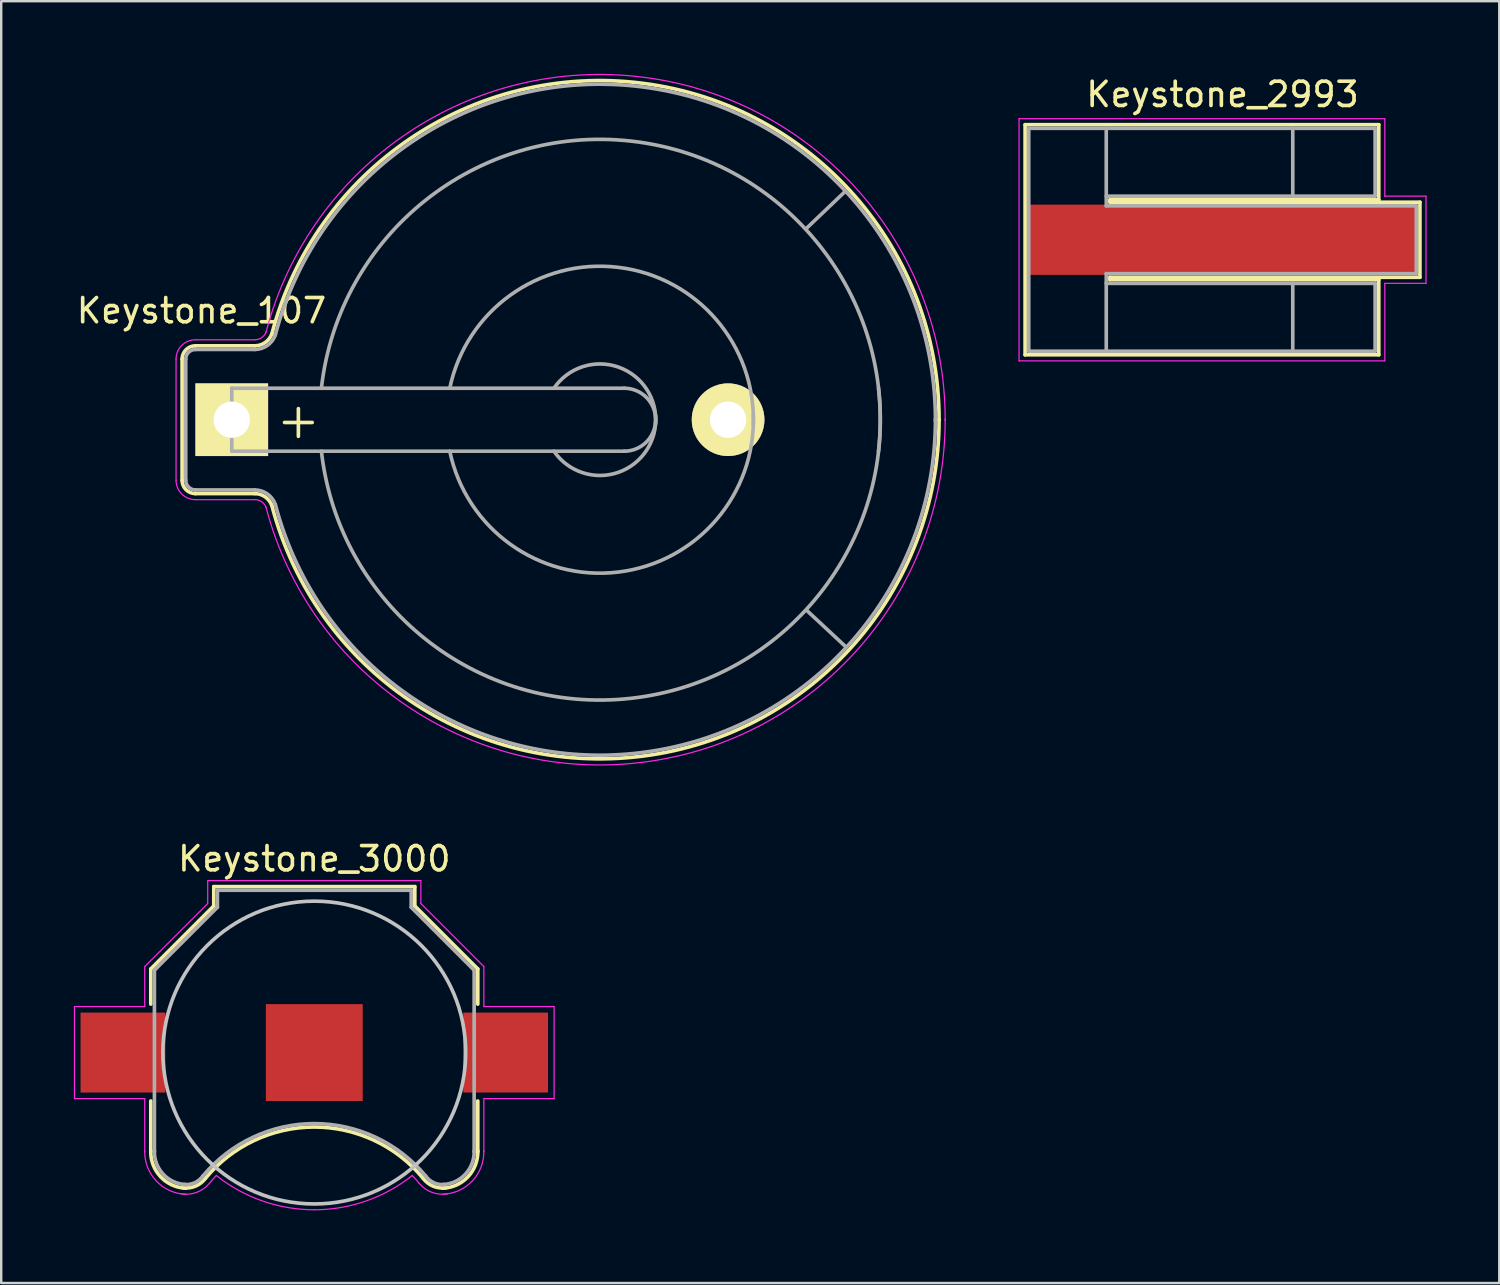
<source format=kicad_pcb>
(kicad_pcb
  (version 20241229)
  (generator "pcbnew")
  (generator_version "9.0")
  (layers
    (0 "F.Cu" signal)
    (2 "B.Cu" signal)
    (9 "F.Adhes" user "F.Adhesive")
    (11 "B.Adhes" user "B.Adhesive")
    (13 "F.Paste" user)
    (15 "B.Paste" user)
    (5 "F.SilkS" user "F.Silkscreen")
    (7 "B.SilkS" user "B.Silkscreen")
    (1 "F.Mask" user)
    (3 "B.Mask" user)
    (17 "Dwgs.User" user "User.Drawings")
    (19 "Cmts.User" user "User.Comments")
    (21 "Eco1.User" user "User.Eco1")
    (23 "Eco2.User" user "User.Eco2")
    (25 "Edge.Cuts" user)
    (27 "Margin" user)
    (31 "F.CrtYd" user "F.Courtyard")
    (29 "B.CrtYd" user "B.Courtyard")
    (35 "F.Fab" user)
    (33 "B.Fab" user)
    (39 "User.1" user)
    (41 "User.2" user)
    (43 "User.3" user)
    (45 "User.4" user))
  (footprint "Keystone_3000"
    (layer "F.Cu")
    (at 9.925 40.403)
    (property "Reference" "Keystone_3000" (at 0 -8 0) (layer "F.SilkS") (effects (font (size 1 1) (thickness 0.15))))
    (attr smd)
    (fp_line (start -6.75 -3.45) (end -4.15 -6.05) (stroke (width 0.15) (type solid)) (layer "F.SilkS"))
    (fp_line (start -6.75 -2) (end -6.75 -3.45) (stroke (width 0.15) (type solid)) (layer "F.SilkS"))
    (fp_line (start -6.75 2) (end -6.75 4.1) (stroke (width 0.15) (type solid)) (layer "F.SilkS"))
    (fp_line (start -4.15 -6.85) (end 4.15 -6.85) (stroke (width 0.15) (type solid)) (layer "F.SilkS"))
    (fp_line (start -4.15 -6.05) (end -4.15 -6.85) (stroke (width 0.15) (type solid)) (layer "F.SilkS"))
    (fp_line (start 4.15 -6.85) (end 4.15 -6.05) (stroke (width 0.15) (type solid)) (layer "F.SilkS"))
    (fp_line (start 4.15 -6.05) (end 6.75 -3.45) (stroke (width 0.15) (type solid)) (layer "F.SilkS"))
    (fp_line (start 6.75 -3.45) (end 6.75 -2) (stroke (width 0.15) (type solid)) (layer "F.SilkS"))
    (fp_line (start 6.75 2) (end 6.75 4.1) (stroke (width 0.15) (type solid)) (layer "F.SilkS"))
    (fp_arc (start -5.3 5.6) (mid -6.346016 5.125305) (end -6.75 4.05) (stroke (width 0.15) (type solid)) (layer "F.SilkS"))
    (fp_arc (start -4.5 5.2) (mid -4.90584 5.514615) (end -5.414615 5.58416) (stroke (width 0.15) (type solid)) (layer "F.SilkS"))
    (fp_arc (start -4.5 5.2) (mid -0.007341 3.0742) (end 4.490661 5.188671) (stroke (width 0.15) (type solid)) (layer "F.SilkS"))
    (fp_arc (start 5.414615 5.58416) (mid 4.90584 5.514615) (end 4.5 5.2) (stroke (width 0.15) (type solid)) (layer "F.SilkS"))
    (fp_arc (start 6.75 4.05) (mid 6.346016 5.125305) (end 5.3 5.6) (stroke (width 0.15) (type solid)) (layer "F.SilkS"))
    (fp_circle (center 0 0) (end 0 6.25) (stroke (width 0.15) (type solid)) (fill no) (layer "Dwgs.User"))
    (fp_line (start -9.9 -1.9) (end -9.9 1.9) (stroke (width 0.05) (type solid)) (layer "F.CrtYd"))
    (fp_line (start -9.9 1.9) (end -7 1.9) (stroke (width 0.05) (type solid)) (layer "F.CrtYd"))
    (fp_line (start -7 -3.55) (end -4.4 -6.15) (stroke (width 0.05) (type solid)) (layer "F.CrtYd"))
    (fp_line (start -7 -1.9) (end -9.9 -1.9) (stroke (width 0.05) (type solid)) (layer "F.CrtYd"))
    (fp_line (start -7 -1.9) (end -7 -3.55) (stroke (width 0.05) (type solid)) (layer "F.CrtYd"))
    (fp_line (start -7 1.9) (end -7 4.1) (stroke (width 0.05) (type solid)) (layer "F.CrtYd"))
    (fp_line (start -4.4 -7.1) (end 4.4 -7.1) (stroke (width 0.05) (type solid)) (layer "F.CrtYd"))
    (fp_line (start -4.4 -6.15) (end -4.4 -7.1) (stroke (width 0.05) (type solid)) (layer "F.CrtYd"))
    (fp_line (start 4.4 -6.15) (end 4.4 -7.1) (stroke (width 0.05) (type solid)) (layer "F.CrtYd"))
    (fp_line (start 7 -3.55) (end 4.4 -6.15) (stroke (width 0.05) (type solid)) (layer "F.CrtYd"))
    (fp_line (start 7 -1.9) (end 7 -3.55) (stroke (width 0.05) (type solid)) (layer "F.CrtYd"))
    (fp_line (start 7 -1.9) (end 9.9 -1.9) (stroke (width 0.05) (type solid)) (layer "F.CrtYd"))
    (fp_line (start 7 1.9) (end 7 4.1) (stroke (width 0.05) (type solid)) (layer "F.CrtYd"))
    (fp_line (start 9.9 -1.9) (end 9.9 1.9) (stroke (width 0.05) (type solid)) (layer "F.CrtYd"))
    (fp_line (start 9.9 1.9) (end 7 1.9) (stroke (width 0.05) (type solid)) (layer "F.CrtYd"))
    (fp_arc (start -5.3 5.85) (mid -6.522792 5.302082) (end -7 4.05) (stroke (width 0.05) (type solid)) (layer "F.CrtYd"))
    (fp_arc (start -4.33 5.4) (mid -4.858615 5.77282) (end -5.50282 5.831384) (stroke (width 0.05) (type solid)) (layer "F.CrtYd"))
    (fp_arc (start -4.33 5.4) (mid -4.189252 5.232703) (end -4.042045 5.071061) (stroke (width 0.05) (type solid)) (layer "F.CrtYd"))
    (fp_arc (start 0.000637 6.490609) (mid -2.139291 6.127923) (end -4.04 5.08) (stroke (width 0.05) (type solid)) (layer "F.CrtYd"))
    (fp_arc (start 4.04 5.08) (mid 2.139291 6.127922) (end -0.000637 6.490609) (stroke (width 0.05) (type solid)) (layer "F.CrtYd"))
    (fp_arc (start 4.042045 5.071061) (mid 4.189252 5.232703) (end 4.33 5.4) (stroke (width 0.05) (type solid)) (layer "F.CrtYd"))
    (fp_arc (start 5.50282 5.831384) (mid 4.858616 5.77282) (end 4.33 5.4) (stroke (width 0.05) (type solid)) (layer "F.CrtYd"))
    (fp_arc (start 7 4.05) (mid 6.522792 5.302082) (end 5.3 5.85) (stroke (width 0.05) (type solid)) (layer "F.CrtYd"))
    (fp_line (start -6.6 -3.4) (end -6.6 4.1) (stroke (width 0.15) (type solid)) (layer "F.Fab"))
    (fp_line (start -4 -6.7) (end -4 -6) (stroke (width 0.15) (type solid)) (layer "F.Fab"))
    (fp_line (start -4 -6.7) (end 4 -6.7) (stroke (width 0.15) (type solid)) (layer "F.Fab"))
    (fp_line (start -4 -6) (end -6.6 -3.4) (stroke (width 0.15) (type solid)) (layer "F.Fab"))
    (fp_line (start 4 -6.7) (end 4 -6) (stroke (width 0.15) (type solid)) (layer "F.Fab"))
    (fp_line (start 4 -6) (end 6.6 -3.4) (stroke (width 0.15) (type solid)) (layer "F.Fab"))
    (fp_line (start 6.6 -3.4) (end 6.6 4.1) (stroke (width 0.15) (type solid)) (layer "F.Fab"))
    (fp_arc (start -5.3 5.45) (mid -6.239949 5.019239) (end -6.6 4.05) (stroke (width 0.15) (type solid)) (layer "F.Fab"))
    (fp_arc (start -4.6 5.1) (mid -4.942443 5.378013) (end -5.378013 5.447558) (stroke (width 0.15) (type solid)) (layer "F.Fab"))
    (fp_arc (start -4.6 5.1) (mid 0.006214 2.93343) (end 4.607905 5.109589) (stroke (width 0.15) (type solid)) (layer "F.Fab"))
    (fp_arc (start 5.378013 5.447558) (mid 4.942442 5.378013) (end 4.6 5.1) (stroke (width 0.15) (type solid)) (layer "F.Fab"))
    (fp_arc (start 6.6 4.05) (mid 6.239949 5.019239) (end 5.3 5.45) (stroke (width 0.15) (type solid)) (layer "F.Fab"))
    (pad "1" smd rect (at -7.9 0) (size 3.5 3.3) (layers "F.Cu" "F.Mask" "F.Paste"))
    (pad "1" smd rect (at 7.9 0) (size 3.5 3.3) (layers "F.Cu" "F.Mask" "F.Paste"))
    (pad "2" smd rect (at 0 0) (size 4 4) (layers "F.Cu" "F.Mask" "F.Paste")))
  (footprint "Keystone_107"
    (layer "F.Cu")
    (at 6.518 14.277)
    (property "Reference" "Keystone_107" (at -1.25 -4.5 0) (layer "F.SilkS") (effects (font (size 1 1) (thickness 0.15))))
    (attr through_hole)
    (fp_line (start -2.05 -2.5) (end -2.05 2.5) (stroke (width 0.15) (type solid)) (layer "F.SilkS"))
    (fp_line (start -1.5 3.05) (end 0.95 3.05) (stroke (width 0.15) (type solid)) (layer "F.SilkS"))
    (fp_line (start 0.95 -3.05) (end -1.5 -3.05) (stroke (width 0.15) (type solid)) (layer "F.SilkS"))
    (fp_arc (start -2.05 -2.5) (mid -1.888909 -2.888909) (end -1.5 -3.05) (stroke (width 0.15) (type solid)) (layer "F.SilkS"))
    (fp_arc (start -1.5 3.05) (mid -1.888909 2.888909) (end -2.05 2.5) (stroke (width 0.15) (type solid)) (layer "F.SilkS"))
    (fp_arc (start 0.95 3.05) (mid 1.380182 3.185636) (end 1.654769 3.543485) (stroke (width 0.15) (type solid)) (layer "F.SilkS"))
    (fp_arc (start 1.65 -3.52) (mid 16.981862 -13.885887) (end 29.199738 0.015231) (stroke (width 0.15) (type solid)) (layer "F.SilkS"))
    (fp_arc (start 1.654769 -3.543485) (mid 1.380182 -3.185636) (end 0.95 -3.05) (stroke (width 0.15) (type solid)) (layer "F.SilkS"))
    (fp_arc (start 29.199738 -0.015231) (mid 16.981862 13.885887) (end 1.65 3.52) (stroke (width 0.15) (type solid)) (layer "F.SilkS"))
    (fp_line (start -2.3 -2.5) (end -2.3 2.5) (stroke (width 0.05) (type solid)) (layer "F.CrtYd"))
    (fp_line (start -1.5 3.3) (end 0.95 3.3) (stroke (width 0.05) (type solid)) (layer "F.CrtYd"))
    (fp_line (start 0.95 -3.3) (end -1.5 -3.3) (stroke (width 0.05) (type solid)) (layer "F.CrtYd"))
    (fp_arc (start -2.3 -2.5) (mid -2.065685 -3.065685) (end -1.5 -3.3) (stroke (width 0.05) (type solid)) (layer "F.CrtYd"))
    (fp_arc (start -1.5 3.3) (mid -2.065685 3.065685) (end -2.3 2.5) (stroke (width 0.05) (type solid)) (layer "F.CrtYd"))
    (fp_arc (start 0.95 3.3) (mid 1.236788 3.390424) (end 1.419846 3.62899) (stroke (width 0.05) (type solid)) (layer "F.CrtYd"))
    (fp_arc (start 1.41 -3.6) (mid 17.030934 -14.134065) (end 29.452124 0.032591) (stroke (width 0.05) (type solid)) (layer "F.CrtYd"))
    (fp_arc (start 1.419846 -3.62899) (mid 1.236788 -3.390424) (end 0.95 -3.3) (stroke (width 0.05) (type solid)) (layer "F.CrtYd"))
    (fp_arc (start 29.452124 -0.032591) (mid 17.030934 14.134065) (end 1.41 3.6) (stroke (width 0.05) (type solid)) (layer "F.CrtYd"))
    (fp_line (start -1.9 -2.5) (end -1.9 2.5) (stroke (width 0.15) (type solid)) (layer "F.Fab"))
    (fp_line (start -1.5 2.9) (end 0.95 2.9) (stroke (width 0.15) (type solid)) (layer "F.Fab"))
    (fp_line (start 0 -1.3) (end 0 1.3) (stroke (width 0.15) (type solid)) (layer "F.Fab"))
    (fp_line (start 0 1.3) (end 16.2 1.3) (stroke (width 0.15) (type solid)) (layer "F.Fab"))
    (fp_line (start 0.95 -2.9) (end -1.5 -2.9) (stroke (width 0.15) (type solid)) (layer "F.Fab"))
    (fp_line (start 16.2 -1.3) (end 0 -1.3) (stroke (width 0.15) (type solid)) (layer "F.Fab"))
    (fp_line (start 23.711 -7.887) (end 25.339 -9.439) (stroke (width 0.15) (type solid)) (layer "F.Fab"))
    (fp_line (start 23.724 7.861) (end 25.367 9.391) (stroke (width 0.15) (type solid)) (layer "F.Fab"))
    (fp_arc (start -1.9 -2.5) (mid -1.782843 -2.782843) (end -1.5 -2.9) (stroke (width 0.15) (type solid)) (layer "F.Fab"))
    (fp_arc (start -1.5 2.9) (mid -1.782843 2.782843) (end -1.9 2.5) (stroke (width 0.15) (type solid)) (layer "F.Fab"))
    (fp_arc (start 0.95 2.9) (mid 1.466219 3.062763) (end 1.795723 3.492182) (stroke (width 0.15) (type solid)) (layer "F.Fab"))
    (fp_arc (start 1.795723 -3.492182) (mid 1.466219 -3.062763) (end 0.95 -2.9) (stroke (width 0.15) (type solid)) (layer "F.Fab"))
    (fp_arc (start 1.8 -3.5) (mid 16.980951 -13.734563) (end 29.049508 0.033425) (stroke (width 0.15) (type solid)) (layer "F.Fab"))
    (fp_arc (start 3.7 -1.3) (mid 16.5 -11.5) (end 26.7 1.3) (stroke (width 0.15) (type solid)) (layer "F.Fab"))
    (fp_arc (start 9 -1.3) (mid 15.954687 -6.28971) (end 21.531551 0.203631) (stroke (width 0.15) (type solid)) (layer "F.Fab"))
    (fp_arc (start 13.3 -1.3) (mid 15.963947 -2.171724) (end 17.495448 0.175833) (stroke (width 0.15) (type solid)) (layer "F.Fab"))
    (fp_arc (start 16.2 -1.3) (mid 17.5 0) (end 16.2 1.3) (stroke (width 0.15) (type solid)) (layer "F.Fab"))
    (fp_arc (start 17.495448 -0.175833) (mid 15.963947 2.171724) (end 13.3 1.3) (stroke (width 0.15) (type solid)) (layer "F.Fab"))
    (fp_arc (start 21.531551 -0.203631) (mid 15.954687 6.28971) (end 9 1.3) (stroke (width 0.15) (type solid)) (layer "F.Fab"))
    (fp_arc (start 26.7 -1.3) (mid 16.5 11.5) (end 3.7 1.3) (stroke (width 0.15) (type solid)) (layer "F.Fab"))
    (fp_arc (start 29.049508 -0.033425) (mid 16.980951 13.734562) (end 1.8 3.5) (stroke (width 0.15) (type solid)) (layer "F.Fab"))
    (fp_text user "+" (at 2.75 0 0) (layer "F.SilkS") (effects (font (size 1.5 1.5) (thickness 0.15))))
    (pad "1" thru_hole rect (at 0 0) (size 3 3) (drill 1.5) (layers "*.Cu" "*.Mask" "F.SilkS"))
    (pad "2" thru_hole circle (at 20.49 0) (size 3 3) (drill 1.5) (layers "*.Cu" "*.Mask" "F.SilkS")))
  (footprint "Keystone_2993"
    (layer "F.Cu")
    (at 47.42 6.848)
    (property "Reference" "Keystone_2993" (at 0 -6 0) (layer "F.SilkS") (effects (font (size 1 1) (thickness 0.15))))
    (attr smd)
    (fp_line (start -8.15 -4.75) (end -8.15 4.75) (stroke (width 0.15) (type solid)) (layer "F.SilkS"))
    (fp_line (start -8.15 -4.75) (end 6.45 -4.75) (stroke (width 0.15) (type solid)) (layer "F.SilkS"))
    (fp_line (start -8.15 4.75) (end 6.45 4.75) (stroke (width 0.15) (type solid)) (layer "F.SilkS"))
    (fp_line (start -4.65 -1.65) (end -4.65 -1.55) (stroke (width 0.15) (type solid)) (layer "F.SilkS"))
    (fp_line (start -4.65 -1.55) (end 8.15 -1.55) (stroke (width 0.15) (type solid)) (layer "F.SilkS"))
    (fp_line (start -4.65 1.55) (end 8.15 1.55) (stroke (width 0.15) (type solid)) (layer "F.SilkS"))
    (fp_line (start -4.65 1.65) (end -4.65 1.55) (stroke (width 0.15) (type solid)) (layer "F.SilkS"))
    (fp_line (start 6.45 -4.75) (end 6.45 -1.65) (stroke (width 0.15) (type solid)) (layer "F.SilkS"))
    (fp_line (start 6.45 -1.65) (end -4.65 -1.65) (stroke (width 0.15) (type solid)) (layer "F.SilkS"))
    (fp_line (start 6.45 1.65) (end -4.65 1.65) (stroke (width 0.15) (type solid)) (layer "F.SilkS"))
    (fp_line (start 6.45 4.75) (end 6.45 1.65) (stroke (width 0.15) (type solid)) (layer "F.SilkS"))
    (fp_line (start 8.15 -1.55) (end 8.15 1.55) (stroke (width 0.15) (type solid)) (layer "F.SilkS"))
    (fp_line (start -8.4 -5) (end -8.4 5) (stroke (width 0.05) (type solid)) (layer "F.CrtYd"))
    (fp_line (start -8.4 -5) (end 6.7 -5) (stroke (width 0.05) (type solid)) (layer "F.CrtYd"))
    (fp_line (start -8.4 5) (end 6.7 5) (stroke (width 0.05) (type solid)) (layer "F.CrtYd"))
    (fp_line (start 6.7 -5) (end 6.7 -1.8) (stroke (width 0.05) (type solid)) (layer "F.CrtYd"))
    (fp_line (start 6.7 -1.8) (end 8.4 -1.8) (stroke (width 0.05) (type solid)) (layer "F.CrtYd"))
    (fp_line (start 6.7 1.8) (end 8.4 1.8) (stroke (width 0.05) (type solid)) (layer "F.CrtYd"))
    (fp_line (start 6.7 5) (end 6.7 1.8) (stroke (width 0.05) (type solid)) (layer "F.CrtYd"))
    (fp_line (start 8.4 -1.8) (end 8.4 1.8) (stroke (width 0.05) (type solid)) (layer "F.CrtYd"))
    (fp_line (start -8 -4.6) (end -8 4.6) (stroke (width 0.15) (type solid)) (layer "F.Fab"))
    (fp_line (start -8 -4.6) (end 6.3 -4.6) (stroke (width 0.15) (type solid)) (layer "F.Fab"))
    (fp_line (start -4.8 -1.4) (end -4.8 -4.6) (stroke (width 0.15) (type solid)) (layer "F.Fab"))
    (fp_line (start -4.8 -1.4) (end 8 -1.4) (stroke (width 0.15) (type solid)) (layer "F.Fab"))
    (fp_line (start -4.8 1.4) (end -4.8 4.6) (stroke (width 0.15) (type solid)) (layer "F.Fab"))
    (fp_line (start 2.9 -1.8) (end 2.9 -4.6) (stroke (width 0.15) (type solid)) (layer "F.Fab"))
    (fp_line (start 2.9 1.8) (end 2.9 4.6) (stroke (width 0.15) (type solid)) (layer "F.Fab"))
    (fp_line (start 6.3 -4.6) (end 6.3 -1.8) (stroke (width 0.15) (type solid)) (layer "F.Fab"))
    (fp_line (start 6.3 -1.8) (end -4.8 -1.8) (stroke (width 0.15) (type solid)) (layer "F.Fab"))
    (fp_line (start 6.3 1.8) (end -4.8 1.8) (stroke (width 0.15) (type solid)) (layer "F.Fab"))
    (fp_line (start 6.3 4.6) (end -8 4.6) (stroke (width 0.15) (type solid)) (layer "F.Fab"))
    (fp_line (start 6.3 4.6) (end 6.3 1.8) (stroke (width 0.15) (type solid)) (layer "F.Fab"))
    (fp_line (start 8 -1.4) (end 8 1.4) (stroke (width 0.15) (type solid)) (layer "F.Fab"))
    (fp_line (start 8 1.4) (end -4.8 1.4) (stroke (width 0.15) (type solid)) (layer "F.Fab"))
    (pad "1" smd rect (at 0 0) (size 16 2.9) (layers "F.Cu" "F.Mask" "F.Paste")))
  (gr_rect
    (start -3 -3)
    (end 58.845 49.918)
    (stroke (width 0.1) (type default))
    (fill no)
    (layer "Edge.Cuts")))
</source>
